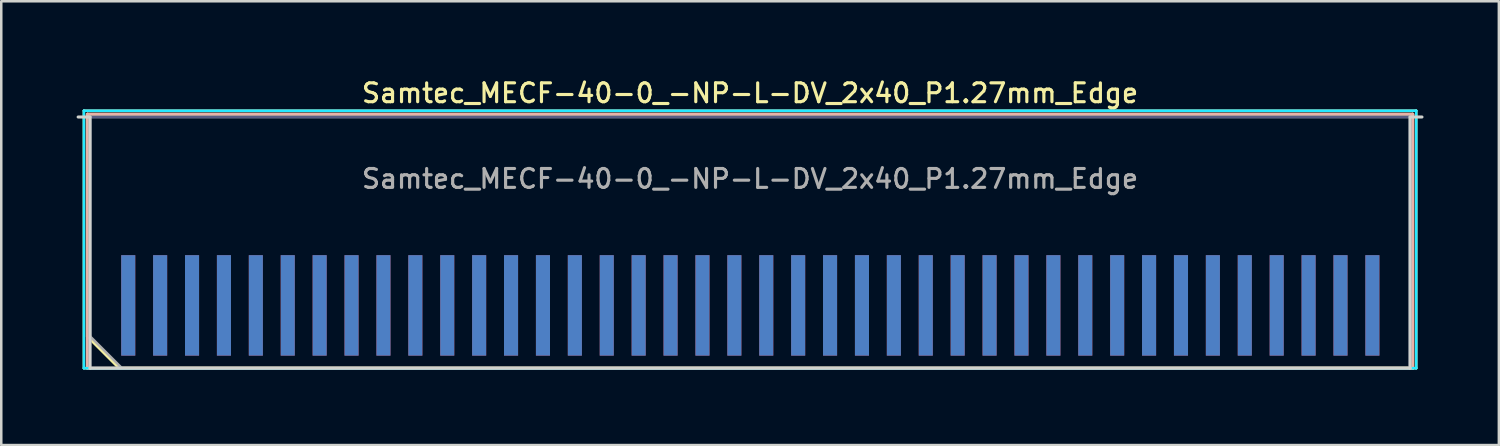
<source format=kicad_pcb>
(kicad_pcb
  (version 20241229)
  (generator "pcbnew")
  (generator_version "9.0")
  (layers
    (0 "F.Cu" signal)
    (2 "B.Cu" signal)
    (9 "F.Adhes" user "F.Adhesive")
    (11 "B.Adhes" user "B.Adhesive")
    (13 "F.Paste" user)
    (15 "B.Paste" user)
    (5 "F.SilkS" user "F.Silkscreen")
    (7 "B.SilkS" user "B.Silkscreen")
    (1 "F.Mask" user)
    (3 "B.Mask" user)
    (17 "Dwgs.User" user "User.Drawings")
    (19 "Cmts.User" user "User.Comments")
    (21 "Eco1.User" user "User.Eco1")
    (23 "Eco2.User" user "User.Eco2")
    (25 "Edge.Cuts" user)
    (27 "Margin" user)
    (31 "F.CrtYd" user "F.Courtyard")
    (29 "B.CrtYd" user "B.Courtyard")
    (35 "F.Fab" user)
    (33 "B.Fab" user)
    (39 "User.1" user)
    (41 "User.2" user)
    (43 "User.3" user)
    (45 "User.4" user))
  (footprint "Samtec_MECF-40-0_-NP-L-DV_2x40_P1.27mm_Edge"
    (layer "F.Cu")
    (at 26.81 6.608)
    (property "Reference" "Samtec_MECF-40-0_-NP-L-DV_2x40_P1.27mm_Edge" (at 0 -5.95 0) (layer "F.SilkS") (effects (font (size 0.75 0.75) (thickness 0.125))))
    (attr exclude_from_pos_files exclude_from_bom)
    (fp_line (start -26.52 -5.25) (end -26.52 5) (stroke (width 0.1) (type solid)) (layer "F.SilkS"))
    (fp_line (start -26.52 5) (end 26.52 5) (stroke (width 0.1) (type solid)) (layer "F.SilkS"))
    (fp_line (start -26.38 -5.11) (end 26.38 -5.11) (stroke (width 0.12) (type solid)) (layer "F.SilkS"))
    (fp_line (start -26.38 3.73) (end -26.38 -5.11) (stroke (width 0.12) (type solid)) (layer "F.SilkS"))
    (fp_line (start -25.11 5) (end -26.38 3.73) (stroke (width 0.12) (type solid)) (layer "F.SilkS"))
    (fp_line (start -25.11 5) (end 26.38 5) (stroke (width 0.12) (type solid)) (layer "F.SilkS"))
    (fp_line (start 26.38 5) (end 26.38 -5.11) (stroke (width 0.12) (type solid)) (layer "F.SilkS"))
    (fp_line (start 26.52 -5.25) (end -26.52 -5.25) (stroke (width 0.1) (type solid)) (layer "F.SilkS"))
    (fp_line (start 26.52 5) (end 26.52 -5.25) (stroke (width 0.1) (type solid)) (layer "F.SilkS"))
    (fp_line (start -26.38 -5.11) (end 26.38 -5.11) (stroke (width 0.12) (type solid)) (layer "B.SilkS"))
    (fp_line (start -26.38 5) (end -26.38 -5.11) (stroke (width 0.12) (type solid)) (layer "B.SilkS"))
    (fp_line (start -26.38 5) (end 26.38 5) (stroke (width 0.12) (type solid)) (layer "B.SilkS"))
    (fp_line (start 26.38 5) (end 26.38 -5.11) (stroke (width 0.12) (type solid)) (layer "B.SilkS"))
    (fp_line (start -26.75 -5) (end -26.275 -5) (stroke (width 0.12) (type solid)) (layer "Edge.Cuts"))
    (fp_line (start -26.275 5) (end -26.275 -5) (stroke (width 0.12) (type solid)) (layer "Edge.Cuts"))
    (fp_line (start -26.275 5) (end 26.275 5) (stroke (width 0.12) (type solid)) (layer "Edge.Cuts"))
    (fp_line (start 26.275 5) (end 26.275 -5) (stroke (width 0.12) (type solid)) (layer "Edge.Cuts"))
    (fp_line (start 26.75 -5) (end 26.275 -5) (stroke (width 0.12) (type solid)) (layer "Edge.Cuts"))
    (fp_line (start -26.52 -5.25) (end -26.52 5) (stroke (width 0.1) (type solid)) (layer "B.CrtYd"))
    (fp_line (start -26.52 5) (end 26.52 5) (stroke (width 0.1) (type solid)) (layer "B.CrtYd"))
    (fp_line (start 26.52 -5.25) (end -26.52 -5.25) (stroke (width 0.1) (type solid)) (layer "B.CrtYd"))
    (fp_line (start 26.52 5) (end 26.52 -5.25) (stroke (width 0.1) (type solid)) (layer "B.CrtYd"))
    (fp_line (start -26.275 -5) (end 26.275 -5) (stroke (width 0.1) (type solid)) (layer "B.Fab"))
    (fp_line (start -26.275 5) (end -26.275 -5) (stroke (width 0.1) (type solid)) (layer "B.Fab"))
    (fp_line (start -26.275 5) (end 26.275 5) (stroke (width 0.1) (type solid)) (layer "B.Fab"))
    (fp_line (start 26.275 5) (end 26.275 -5) (stroke (width 0.1) (type solid)) (layer "B.Fab"))
    (fp_line (start -26.275 -5) (end 26.275 -5) (stroke (width 0.1) (type solid)) (layer "F.Fab"))
    (fp_line (start -26.275 3.73) (end -26.275 -5) (stroke (width 0.1) (type solid)) (layer "F.Fab"))
    (fp_line (start -26.275 3.73) (end -25.005 5) (stroke (width 0.1) (type solid)) (layer "F.Fab"))
    (fp_line (start -25.005 5) (end 26.275 5) (stroke (width 0.1) (type solid)) (layer "F.Fab"))
    (fp_line (start 26.275 5) (end 26.275 -5) (stroke (width 0.1) (type solid)) (layer "F.Fab"))
    (fp_text user "${REFERENCE}" (at 0 -2.54 0) (layer "F.Fab") (effects (font (size 0.75 0.75) (thickness 0.125))))
    (pad "1" connect rect (at -24.755 2.5) (size 0.56 4) (layers "F.Cu" "F.Mask"))
    (pad "2" connect rect (at -24.755 2.5) (size 0.56 4) (layers "B.Cu" "B.Mask"))
    (pad "3" connect rect (at -23.485 2.5) (size 0.56 4) (layers "F.Cu" "F.Mask"))
    (pad "4" connect rect (at -23.485 2.5) (size 0.56 4) (layers "B.Cu" "B.Mask"))
    (pad "5" connect rect (at -22.215 2.5) (size 0.56 4) (layers "F.Cu" "F.Mask"))
    (pad "6" connect rect (at -22.215 2.5) (size 0.56 4) (layers "B.Cu" "B.Mask"))
    (pad "7" connect rect (at -20.945 2.5) (size 0.56 4) (layers "F.Cu" "F.Mask"))
    (pad "8" connect rect (at -20.945 2.5) (size 0.56 4) (layers "B.Cu" "B.Mask"))
    (pad "9" connect rect (at -19.675 2.5) (size 0.56 4) (layers "F.Cu" "F.Mask"))
    (pad "10" connect rect (at -19.675 2.5) (size 0.56 4) (layers "B.Cu" "B.Mask"))
    (pad "11" connect rect (at -18.405 2.5) (size 0.56 4) (layers "F.Cu" "F.Mask"))
    (pad "12" connect rect (at -18.405 2.5) (size 0.56 4) (layers "B.Cu" "B.Mask"))
    (pad "13" connect rect (at -17.135 2.5) (size 0.56 4) (layers "F.Cu" "F.Mask"))
    (pad "14" connect rect (at -17.135 2.5) (size 0.56 4) (layers "B.Cu" "B.Mask"))
    (pad "15" connect rect (at -15.865 2.5) (size 0.56 4) (layers "F.Cu" "F.Mask"))
    (pad "16" connect rect (at -15.865 2.5) (size 0.56 4) (layers "B.Cu" "B.Mask"))
    (pad "17" connect rect (at -14.595 2.5) (size 0.56 4) (layers "F.Cu" "F.Mask"))
    (pad "18" connect rect (at -14.595 2.5) (size 0.56 4) (layers "B.Cu" "B.Mask"))
    (pad "19" connect rect (at -13.325 2.5) (size 0.56 4) (layers "F.Cu" "F.Mask"))
    (pad "20" connect rect (at -13.325 2.5) (size 0.56 4) (layers "B.Cu" "B.Mask"))
    (pad "21" connect rect (at -12.055 2.5) (size 0.56 4) (layers "F.Cu" "F.Mask"))
    (pad "22" connect rect (at -12.055 2.5) (size 0.56 4) (layers "B.Cu" "B.Mask"))
    (pad "23" connect rect (at -10.785 2.5) (size 0.56 4) (layers "F.Cu" "F.Mask"))
    (pad "24" connect rect (at -10.785 2.5) (size 0.56 4) (layers "B.Cu" "B.Mask"))
    (pad "25" connect rect (at -9.515 2.5) (size 0.56 4) (layers "F.Cu" "F.Mask"))
    (pad "26" connect rect (at -9.515 2.5) (size 0.56 4) (layers "B.Cu" "B.Mask"))
    (pad "27" connect rect (at -8.245 2.5) (size 0.56 4) (layers "F.Cu" "F.Mask"))
    (pad "28" connect rect (at -8.245 2.5) (size 0.56 4) (layers "B.Cu" "B.Mask"))
    (pad "29" connect rect (at -6.975 2.5) (size 0.56 4) (layers "F.Cu" "F.Mask"))
    (pad "30" connect rect (at -6.975 2.5) (size 0.56 4) (layers "B.Cu" "B.Mask"))
    (pad "31" connect rect (at -5.705 2.5) (size 0.56 4) (layers "F.Cu" "F.Mask"))
    (pad "32" connect rect (at -5.705 2.5) (size 0.56 4) (layers "B.Cu" "B.Mask"))
    (pad "33" connect rect (at -4.435 2.5) (size 0.56 4) (layers "F.Cu" "F.Mask"))
    (pad "34" connect rect (at -4.435 2.5) (size 0.56 4) (layers "B.Cu" "B.Mask"))
    (pad "35" connect rect (at -3.165 2.5) (size 0.56 4) (layers "F.Cu" "F.Mask"))
    (pad "36" connect rect (at -3.165 2.5) (size 0.56 4) (layers "B.Cu" "B.Mask"))
    (pad "37" connect rect (at -1.895 2.5) (size 0.56 4) (layers "F.Cu" "F.Mask"))
    (pad "38" connect rect (at -1.895 2.5) (size 0.56 4) (layers "B.Cu" "B.Mask"))
    (pad "39" connect rect (at -0.625 2.5) (size 0.56 4) (layers "F.Cu" "F.Mask"))
    (pad "40" connect rect (at -0.625 2.5) (size 0.56 4) (layers "B.Cu" "B.Mask"))
    (pad "41" connect rect (at 0.645 2.5) (size 0.56 4) (layers "F.Cu" "F.Mask"))
    (pad "42" connect rect (at 0.645 2.5) (size 0.56 4) (layers "B.Cu" "B.Mask"))
    (pad "43" connect rect (at 1.915 2.5) (size 0.56 4) (layers "F.Cu" "F.Mask"))
    (pad "44" connect rect (at 1.915 2.5) (size 0.56 4) (layers "B.Cu" "B.Mask"))
    (pad "45" connect rect (at 3.185 2.5) (size 0.56 4) (layers "F.Cu" "F.Mask"))
    (pad "46" connect rect (at 3.185 2.5) (size 0.56 4) (layers "B.Cu" "B.Mask"))
    (pad "47" connect rect (at 4.455 2.5) (size 0.56 4) (layers "F.Cu" "F.Mask"))
    (pad "48" connect rect (at 4.455 2.5) (size 0.56 4) (layers "B.Cu" "B.Mask"))
    (pad "49" connect rect (at 5.725 2.5) (size 0.56 4) (layers "F.Cu" "F.Mask"))
    (pad "50" connect rect (at 5.725 2.5) (size 0.56 4) (layers "B.Cu" "B.Mask"))
    (pad "51" connect rect (at 6.995 2.5) (size 0.56 4) (layers "F.Cu" "F.Mask"))
    (pad "52" connect rect (at 6.995 2.5) (size 0.56 4) (layers "B.Cu" "B.Mask"))
    (pad "53" connect rect (at 8.265 2.5) (size 0.56 4) (layers "F.Cu" "F.Mask"))
    (pad "54" connect rect (at 8.265 2.5) (size 0.56 4) (layers "B.Cu" "B.Mask"))
    (pad "55" connect rect (at 9.535 2.5) (size 0.56 4) (layers "F.Cu" "F.Mask"))
    (pad "56" connect rect (at 9.535 2.5) (size 0.56 4) (layers "B.Cu" "B.Mask"))
    (pad "57" connect rect (at 10.805 2.5) (size 0.56 4) (layers "F.Cu" "F.Mask"))
    (pad "58" connect rect (at 10.805 2.5) (size 0.56 4) (layers "B.Cu" "B.Mask"))
    (pad "59" connect rect (at 12.075 2.5) (size 0.56 4) (layers "F.Cu" "F.Mask"))
    (pad "60" connect rect (at 12.075 2.5) (size 0.56 4) (layers "B.Cu" "B.Mask"))
    (pad "61" connect rect (at 13.345 2.5) (size 0.56 4) (layers "F.Cu" "F.Mask"))
    (pad "62" connect rect (at 13.345 2.5) (size 0.56 4) (layers "B.Cu" "B.Mask"))
    (pad "63" connect rect (at 14.615 2.5) (size 0.56 4) (layers "F.Cu" "F.Mask"))
    (pad "64" connect rect (at 14.615 2.5) (size 0.56 4) (layers "B.Cu" "B.Mask"))
    (pad "65" connect rect (at 15.885 2.5) (size 0.56 4) (layers "F.Cu" "F.Mask"))
    (pad "66" connect rect (at 15.885 2.5) (size 0.56 4) (layers "B.Cu" "B.Mask"))
    (pad "67" connect rect (at 17.155 2.5) (size 0.56 4) (layers "F.Cu" "F.Mask"))
    (pad "68" connect rect (at 17.155 2.5) (size 0.56 4) (layers "B.Cu" "B.Mask"))
    (pad "69" connect rect (at 18.425 2.5) (size 0.56 4) (layers "F.Cu" "F.Mask"))
    (pad "70" connect rect (at 18.425 2.5) (size 0.56 4) (layers "B.Cu" "B.Mask"))
    (pad "71" connect rect (at 19.695 2.5) (size 0.56 4) (layers "F.Cu" "F.Mask"))
    (pad "72" connect rect (at 19.695 2.5) (size 0.56 4) (layers "B.Cu" "B.Mask"))
    (pad "73" connect rect (at 20.965 2.5) (size 0.56 4) (layers "F.Cu" "F.Mask"))
    (pad "74" connect rect (at 20.965 2.5) (size 0.56 4) (layers "B.Cu" "B.Mask"))
    (pad "75" connect rect (at 22.235 2.5) (size 0.56 4) (layers "F.Cu" "F.Mask"))
    (pad "76" connect rect (at 22.235 2.5) (size 0.56 4) (layers "B.Cu" "B.Mask"))
    (pad "77" connect rect (at 23.505 2.5) (size 0.56 4) (layers "F.Cu" "F.Mask"))
    (pad "78" connect rect (at 23.505 2.5) (size 0.56 4) (layers "B.Cu" "B.Mask"))
    (pad "79" connect rect (at 24.775 2.5) (size 0.56 4) (layers "F.Cu" "F.Mask"))
    (pad "80" connect rect (at 24.775 2.5) (size 0.56 4) (layers "B.Cu" "B.Mask")))
  (gr_rect
    (start -3 -3)
    (end 56.62 14.668)
    (stroke (width 0.1) (type default))
    (fill no)
    (layer "Edge.Cuts")))
</source>
